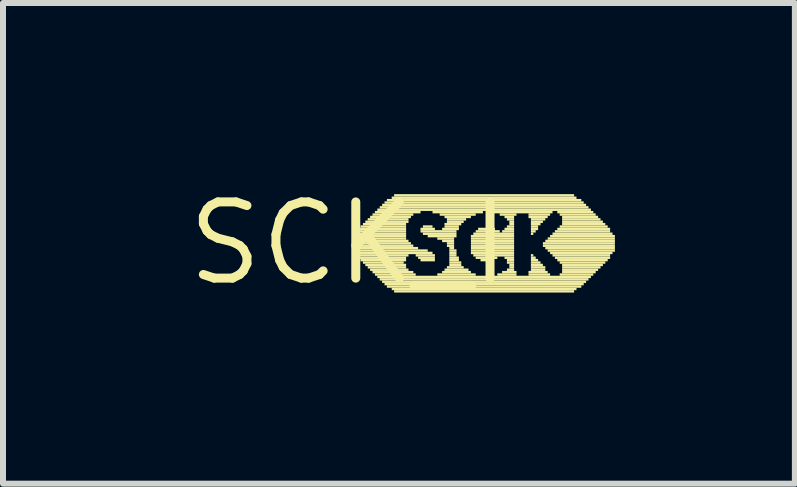
<source format=kicad_pcb>
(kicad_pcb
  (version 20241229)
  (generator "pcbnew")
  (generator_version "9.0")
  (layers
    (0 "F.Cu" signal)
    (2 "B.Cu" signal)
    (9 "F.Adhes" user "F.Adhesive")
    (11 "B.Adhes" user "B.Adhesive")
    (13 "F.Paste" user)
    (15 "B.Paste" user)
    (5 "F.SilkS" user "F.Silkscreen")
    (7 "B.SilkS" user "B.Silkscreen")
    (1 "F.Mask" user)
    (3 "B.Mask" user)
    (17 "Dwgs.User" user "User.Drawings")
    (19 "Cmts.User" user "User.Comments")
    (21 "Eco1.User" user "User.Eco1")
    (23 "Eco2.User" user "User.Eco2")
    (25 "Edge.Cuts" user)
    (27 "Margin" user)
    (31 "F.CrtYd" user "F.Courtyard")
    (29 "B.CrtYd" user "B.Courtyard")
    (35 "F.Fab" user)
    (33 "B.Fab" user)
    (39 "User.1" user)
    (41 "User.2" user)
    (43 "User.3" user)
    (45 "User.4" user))
  (footprint "SCK_I"
    (layer "F.Cu")
    (at 2.759 1.006)
    (property "Reference" "SCK_I" (at 0 0 0) (layer "F.SilkS") (effects (font (size 1.27 1.27) (thickness 0.15))))
    (fp_poly (pts (xy 0.08 -0.1) (xy 0.96 -0.1) (xy 0.96 -0.14) (xy 0.08 -0.14)) (stroke (width 0) (type default)) (fill yes) (layer "F.SilkS"))
    (fp_poly (pts (xy 0.08 -0.06) (xy 0.96 -0.06) (xy 0.96 -0.1) (xy 0.08 -0.1)) (stroke (width 0) (type default)) (fill yes) (layer "F.SilkS"))
    (fp_poly (pts (xy 0.08 -0.02) (xy 1 -0.02) (xy 1 -0.06) (xy 0.08 -0.06)) (stroke (width 0) (type default)) (fill yes) (layer "F.SilkS"))
    (fp_poly (pts (xy 0.08 0.02) (xy 1.04 0.02) (xy 1.04 -0.02) (xy 0.08 -0.02)) (stroke (width 0) (type default)) (fill yes) (layer "F.SilkS"))
    (fp_poly (pts (xy 0.08 0.06) (xy 1.08 0.06) (xy 1.08 0.02) (xy 0.08 0.02)) (stroke (width 0) (type default)) (fill yes) (layer "F.SilkS"))
    (fp_poly (pts (xy 0.08 0.1) (xy 1.16 0.1) (xy 1.16 0.06) (xy 0.08 0.06)) (stroke (width 0) (type default)) (fill yes) (layer "F.SilkS"))
    (fp_poly (pts (xy 0.08 0.14) (xy 1.32 0.14) (xy 1.32 0.1) (xy 0.08 0.1)) (stroke (width 0) (type default)) (fill yes) (layer "F.SilkS"))
    (fp_poly (pts (xy 0.12 -0.14) (xy 0.96 -0.14) (xy 0.96 -0.18) (xy 0.12 -0.18)) (stroke (width 0) (type default)) (fill yes) (layer "F.SilkS"))
    (fp_poly (pts (xy 0.12 0.18) (xy 1.4 0.18) (xy 1.4 0.14) (xy 0.12 0.14)) (stroke (width 0) (type default)) (fill yes) (layer "F.SilkS"))
    (fp_poly (pts (xy 0.16 -0.22) (xy 0.96 -0.22) (xy 0.96 -0.26) (xy 0.16 -0.26)) (stroke (width 0) (type default)) (fill yes) (layer "F.SilkS"))
    (fp_poly (pts (xy 0.16 -0.18) (xy 0.96 -0.18) (xy 0.96 -0.22) (xy 0.16 -0.22)) (stroke (width 0) (type default)) (fill yes) (layer "F.SilkS"))
    (fp_poly (pts (xy 0.16 0.22) (xy 1 0.22) (xy 1 0.18) (xy 0.16 0.18)) (stroke (width 0) (type default)) (fill yes) (layer "F.SilkS"))
    (fp_poly (pts (xy 0.16 0.26) (xy 0.96 0.26) (xy 0.96 0.22) (xy 0.16 0.22)) (stroke (width 0) (type default)) (fill yes) (layer "F.SilkS"))
    (fp_poly (pts (xy 0.2 -0.26) (xy 0.96 -0.26) (xy 0.96 -0.3) (xy 0.2 -0.3)) (stroke (width 0) (type default)) (fill yes) (layer "F.SilkS"))
    (fp_poly (pts (xy 0.2 0.3) (xy 0.96 0.3) (xy 0.96 0.26) (xy 0.2 0.26)) (stroke (width 0) (type default)) (fill yes) (layer "F.SilkS"))
    (fp_poly (pts (xy 0.24 -0.3) (xy 0.96 -0.3) (xy 0.96 -0.34) (xy 0.24 -0.34)) (stroke (width 0) (type default)) (fill yes) (layer "F.SilkS"))
    (fp_poly (pts (xy 0.24 0.34) (xy 0.92 0.34) (xy 0.92 0.3) (xy 0.24 0.3)) (stroke (width 0) (type default)) (fill yes) (layer "F.SilkS"))
    (fp_poly (pts (xy 0.28 -0.34) (xy 1 -0.34) (xy 1 -0.38) (xy 0.28 -0.38)) (stroke (width 0) (type default)) (fill yes) (layer "F.SilkS"))
    (fp_poly (pts (xy 0.28 0.38) (xy 0.96 0.38) (xy 0.96 0.34) (xy 0.28 0.34)) (stroke (width 0) (type default)) (fill yes) (layer "F.SilkS"))
    (fp_poly (pts (xy 0.32 -0.38) (xy 1 -0.38) (xy 1 -0.42) (xy 0.32 -0.42)) (stroke (width 0) (type default)) (fill yes) (layer "F.SilkS"))
    (fp_poly (pts (xy 0.32 0.42) (xy 0.96 0.42) (xy 0.96 0.38) (xy 0.32 0.38)) (stroke (width 0) (type default)) (fill yes) (layer "F.SilkS"))
    (fp_poly (pts (xy 0.36 -0.42) (xy 1.04 -0.42) (xy 1.04 -0.46) (xy 0.36 -0.46)) (stroke (width 0) (type default)) (fill yes) (layer "F.SilkS"))
    (fp_poly (pts (xy 0.36 0.46) (xy 1 0.46) (xy 1 0.42) (xy 0.36 0.42)) (stroke (width 0) (type default)) (fill yes) (layer "F.SilkS"))
    (fp_poly (pts (xy 0.4 -0.46) (xy 1.08 -0.46) (xy 1.08 -0.5) (xy 0.4 -0.5)) (stroke (width 0) (type default)) (fill yes) (layer "F.SilkS"))
    (fp_poly (pts (xy 0.4 0.5) (xy 1.08 0.5) (xy 1.08 0.46) (xy 0.4 0.46)) (stroke (width 0) (type default)) (fill yes) (layer "F.SilkS"))
    (fp_poly (pts (xy 0.44 -0.5) (xy 1.2 -0.5) (xy 1.2 -0.54) (xy 0.44 -0.54)) (stroke (width 0) (type default)) (fill yes) (layer "F.SilkS"))
    (fp_poly (pts (xy 0.44 0.54) (xy 1.12 0.54) (xy 1.12 0.5) (xy 0.44 0.5)) (stroke (width 0) (type default)) (fill yes) (layer "F.SilkS"))
    (fp_poly (pts (xy 0.48 -0.54) (xy 4.04 -0.54) (xy 4.04 -0.58) (xy 0.48 -0.58)) (stroke (width 0) (type default)) (fill yes) (layer "F.SilkS"))
    (fp_poly (pts (xy 0.48 0.58) (xy 4.04 0.58) (xy 4.04 0.54) (xy 0.48 0.54)) (stroke (width 0) (type default)) (fill yes) (layer "F.SilkS"))
    (fp_poly (pts (xy 0.52 -0.58) (xy 4 -0.58) (xy 4 -0.62) (xy 0.52 -0.62)) (stroke (width 0) (type default)) (fill yes) (layer "F.SilkS"))
    (fp_poly (pts (xy 0.52 0.62) (xy 4 0.62) (xy 4 0.58) (xy 0.52 0.58)) (stroke (width 0) (type default)) (fill yes) (layer "F.SilkS"))
    (fp_poly (pts (xy 0.56 -0.62) (xy 3.96 -0.62) (xy 3.96 -0.66) (xy 0.56 -0.66)) (stroke (width 0) (type default)) (fill yes) (layer "F.SilkS"))
    (fp_poly (pts (xy 0.56 0.66) (xy 3.96 0.66) (xy 3.96 0.62) (xy 0.56 0.62)) (stroke (width 0) (type default)) (fill yes) (layer "F.SilkS"))
    (fp_poly (pts (xy 0.6 -0.66) (xy 3.92 -0.66) (xy 3.92 -0.7) (xy 0.6 -0.7)) (stroke (width 0) (type default)) (fill yes) (layer "F.SilkS"))
    (fp_poly (pts (xy 0.6 0.7) (xy 3.92 0.7) (xy 3.92 0.66) (xy 0.6 0.66)) (stroke (width 0) (type default)) (fill yes) (layer "F.SilkS"))
    (fp_poly (pts (xy 0.64 -0.7) (xy 3.88 -0.7) (xy 3.88 -0.74) (xy 0.64 -0.74)) (stroke (width 0) (type default)) (fill yes) (layer "F.SilkS"))
    (fp_poly (pts (xy 0.64 0.74) (xy 3.88 0.74) (xy 3.88 0.7) (xy 0.64 0.7)) (stroke (width 0) (type default)) (fill yes) (layer "F.SilkS"))
    (fp_poly (pts (xy 0.72 -0.74) (xy 3.8 -0.74) (xy 3.8 -0.78) (xy 0.72 -0.78)) (stroke (width 0) (type default)) (fill yes) (layer "F.SilkS"))
    (fp_poly (pts (xy 0.72 0.78) (xy 3.8 0.78) (xy 3.8 0.74) (xy 0.72 0.74)) (stroke (width 0) (type default)) (fill yes) (layer "F.SilkS"))
    (fp_poly (pts (xy 0.76 -0.78) (xy 3.76 -0.78) (xy 3.76 -0.82) (xy 0.76 -0.82)) (stroke (width 0) (type default)) (fill yes) (layer "F.SilkS"))
    (fp_poly (pts (xy 0.76 0.82) (xy 3.76 0.82) (xy 3.76 0.78) (xy 0.76 0.78)) (stroke (width 0) (type default)) (fill yes) (layer "F.SilkS"))
    (fp_poly (pts (xy 1.12 0.22) (xy 1.44 0.22) (xy 1.44 0.18) (xy 1.12 0.18)) (stroke (width 0) (type default)) (fill yes) (layer "F.SilkS"))
    (fp_poly (pts (xy 1.16 0.26) (xy 1.44 0.26) (xy 1.44 0.22) (xy 1.16 0.22)) (stroke (width 0) (type default)) (fill yes) (layer "F.SilkS"))
    (fp_poly (pts (xy 1.2 -0.22) (xy 1.44 -0.22) (xy 1.44 -0.26) (xy 1.2 -0.26)) (stroke (width 0) (type default)) (fill yes) (layer "F.SilkS"))
    (fp_poly (pts (xy 1.2 -0.18) (xy 1.8 -0.18) (xy 1.8 -0.22) (xy 1.2 -0.22)) (stroke (width 0) (type default)) (fill yes) (layer "F.SilkS"))
    (fp_poly (pts (xy 1.2 0.3) (xy 1.44 0.3) (xy 1.44 0.26) (xy 1.2 0.26)) (stroke (width 0) (type default)) (fill yes) (layer "F.SilkS"))
    (fp_poly (pts (xy 1.24 -0.26) (xy 1.4 -0.26) (xy 1.4 -0.3) (xy 1.24 -0.3)) (stroke (width 0) (type default)) (fill yes) (layer "F.SilkS"))
    (fp_poly (pts (xy 1.24 -0.14) (xy 1.8 -0.14) (xy 1.8 -0.18) (xy 1.24 -0.18)) (stroke (width 0) (type default)) (fill yes) (layer "F.SilkS"))
    (fp_poly (pts (xy 1.32 -0.1) (xy 1.8 -0.1) (xy 1.8 -0.14) (xy 1.32 -0.14)) (stroke (width 0) (type default)) (fill yes) (layer "F.SilkS"))
    (fp_poly (pts (xy 1.4 -0.5) (xy 2.24 -0.5) (xy 2.24 -0.54) (xy 1.4 -0.54)) (stroke (width 0) (type default)) (fill yes) (layer "F.SilkS"))
    (fp_poly (pts (xy 1.48 -0.06) (xy 1.76 -0.06) (xy 1.76 -0.1) (xy 1.48 -0.1)) (stroke (width 0) (type default)) (fill yes) (layer "F.SilkS"))
    (fp_poly (pts (xy 1.48 0.54) (xy 2.12 0.54) (xy 2.12 0.5) (xy 1.48 0.5)) (stroke (width 0) (type default)) (fill yes) (layer "F.SilkS"))
    (fp_poly (pts (xy 1.52 -0.46) (xy 2.12 -0.46) (xy 2.12 -0.5) (xy 1.52 -0.5)) (stroke (width 0) (type default)) (fill yes) (layer "F.SilkS"))
    (fp_poly (pts (xy 1.56 -0.22) (xy 1.84 -0.22) (xy 1.84 -0.26) (xy 1.56 -0.26)) (stroke (width 0) (type default)) (fill yes) (layer "F.SilkS"))
    (fp_poly (pts (xy 1.56 -0.02) (xy 1.76 -0.02) (xy 1.76 -0.06) (xy 1.56 -0.06)) (stroke (width 0) (type default)) (fill yes) (layer "F.SilkS"))
    (fp_poly (pts (xy 1.56 0.5) (xy 2.04 0.5) (xy 2.04 0.46) (xy 1.56 0.46)) (stroke (width 0) (type default)) (fill yes) (layer "F.SilkS"))
    (fp_poly (pts (xy 1.6 -0.42) (xy 2.04 -0.42) (xy 2.04 -0.46) (xy 1.6 -0.46)) (stroke (width 0) (type default)) (fill yes) (layer "F.SilkS"))
    (fp_poly (pts (xy 1.6 -0.3) (xy 1.88 -0.3) (xy 1.88 -0.34) (xy 1.6 -0.34)) (stroke (width 0) (type default)) (fill yes) (layer "F.SilkS"))
    (fp_poly (pts (xy 1.6 -0.26) (xy 1.84 -0.26) (xy 1.84 -0.3) (xy 1.6 -0.3)) (stroke (width 0) (type default)) (fill yes) (layer "F.SilkS"))
    (fp_poly (pts (xy 1.6 0.46) (xy 2 0.46) (xy 2 0.42) (xy 1.6 0.42)) (stroke (width 0) (type default)) (fill yes) (layer "F.SilkS"))
    (fp_poly (pts (xy 1.64 -0.38) (xy 1.96 -0.38) (xy 1.96 -0.42) (xy 1.64 -0.42)) (stroke (width 0) (type default)) (fill yes) (layer "F.SilkS"))
    (fp_poly (pts (xy 1.64 -0.34) (xy 1.92 -0.34) (xy 1.92 -0.38) (xy 1.64 -0.38)) (stroke (width 0) (type default)) (fill yes) (layer "F.SilkS"))
    (fp_poly (pts (xy 1.64 0.02) (xy 1.76 0.02) (xy 1.76 -0.02) (xy 1.64 -0.02)) (stroke (width 0) (type default)) (fill yes) (layer "F.SilkS"))
    (fp_poly (pts (xy 1.64 0.06) (xy 1.76 0.06) (xy 1.76 0.02) (xy 1.64 0.02)) (stroke (width 0) (type default)) (fill yes) (layer "F.SilkS"))
    (fp_poly (pts (xy 1.64 0.42) (xy 1.92 0.42) (xy 1.92 0.38) (xy 1.64 0.38)) (stroke (width 0) (type default)) (fill yes) (layer "F.SilkS"))
    (fp_poly (pts (xy 1.68 0.1) (xy 1.76 0.1) (xy 1.76 0.06) (xy 1.68 0.06)) (stroke (width 0) (type default)) (fill yes) (layer "F.SilkS"))
    (fp_poly (pts (xy 1.68 0.14) (xy 1.8 0.14) (xy 1.8 0.1) (xy 1.68 0.1)) (stroke (width 0) (type default)) (fill yes) (layer "F.SilkS"))
    (fp_poly (pts (xy 1.68 0.18) (xy 1.8 0.18) (xy 1.8 0.14) (xy 1.68 0.14)) (stroke (width 0) (type default)) (fill yes) (layer "F.SilkS"))
    (fp_poly (pts (xy 1.68 0.22) (xy 1.8 0.22) (xy 1.8 0.18) (xy 1.68 0.18)) (stroke (width 0) (type default)) (fill yes) (layer "F.SilkS"))
    (fp_poly (pts (xy 1.68 0.26) (xy 1.84 0.26) (xy 1.84 0.22) (xy 1.68 0.22)) (stroke (width 0) (type default)) (fill yes) (layer "F.SilkS"))
    (fp_poly (pts (xy 1.68 0.3) (xy 1.84 0.3) (xy 1.84 0.26) (xy 1.68 0.26)) (stroke (width 0) (type default)) (fill yes) (layer "F.SilkS"))
    (fp_poly (pts (xy 1.68 0.34) (xy 1.88 0.34) (xy 1.88 0.3) (xy 1.68 0.3)) (stroke (width 0) (type default)) (fill yes) (layer "F.SilkS"))
    (fp_poly (pts (xy 1.68 0.38) (xy 1.88 0.38) (xy 1.88 0.34) (xy 1.68 0.34)) (stroke (width 0) (type default)) (fill yes) (layer "F.SilkS"))
    (fp_poly (pts (xy 2.04 -0.1) (xy 2.76 -0.1) (xy 2.76 -0.14) (xy 2.04 -0.14)) (stroke (width 0) (type default)) (fill yes) (layer "F.SilkS"))
    (fp_poly (pts (xy 2.04 -0.06) (xy 2.76 -0.06) (xy 2.76 -0.1) (xy 2.04 -0.1)) (stroke (width 0) (type default)) (fill yes) (layer "F.SilkS"))
    (fp_poly (pts (xy 2.04 -0.02) (xy 2.76 -0.02) (xy 2.76 -0.06) (xy 2.04 -0.06)) (stroke (width 0) (type default)) (fill yes) (layer "F.SilkS"))
    (fp_poly (pts (xy 2.04 0.02) (xy 2.76 0.02) (xy 2.76 -0.02) (xy 2.04 -0.02)) (stroke (width 0) (type default)) (fill yes) (layer "F.SilkS"))
    (fp_poly (pts (xy 2.04 0.06) (xy 2.76 0.06) (xy 2.76 0.02) (xy 2.04 0.02)) (stroke (width 0) (type default)) (fill yes) (layer "F.SilkS"))
    (fp_poly (pts (xy 2.04 0.1) (xy 2.76 0.1) (xy 2.76 0.06) (xy 2.04 0.06)) (stroke (width 0) (type default)) (fill yes) (layer "F.SilkS"))
    (fp_poly (pts (xy 2.04 0.14) (xy 2.76 0.14) (xy 2.76 0.1) (xy 2.04 0.1)) (stroke (width 0) (type default)) (fill yes) (layer "F.SilkS"))
    (fp_poly (pts (xy 2.04 0.18) (xy 2.76 0.18) (xy 2.76 0.14) (xy 2.04 0.14)) (stroke (width 0) (type default)) (fill yes) (layer "F.SilkS"))
    (fp_poly (pts (xy 2.08 -0.14) (xy 2.76 -0.14) (xy 2.76 -0.18) (xy 2.08 -0.18)) (stroke (width 0) (type default)) (fill yes) (layer "F.SilkS"))
    (fp_poly (pts (xy 2.08 0.22) (xy 2.76 0.22) (xy 2.76 0.18) (xy 2.08 0.18)) (stroke (width 0) (type default)) (fill yes) (layer "F.SilkS"))
    (fp_poly (pts (xy 2.12 -0.18) (xy 2.52 -0.18) (xy 2.52 -0.22) (xy 2.12 -0.22)) (stroke (width 0) (type default)) (fill yes) (layer "F.SilkS"))
    (fp_poly (pts (xy 2.12 0.26) (xy 2.48 0.26) (xy 2.48 0.22) (xy 2.12 0.22)) (stroke (width 0) (type default)) (fill yes) (layer "F.SilkS"))
    (fp_poly (pts (xy 2.16 -0.22) (xy 2.44 -0.22) (xy 2.44 -0.26) (xy 2.16 -0.26)) (stroke (width 0) (type default)) (fill yes) (layer "F.SilkS"))
    (fp_poly (pts (xy 2.2 0.3) (xy 2.4 0.3) (xy 2.4 0.26) (xy 2.2 0.26)) (stroke (width 0) (type default)) (fill yes) (layer "F.SilkS"))
    (fp_poly (pts (xy 2.4 -0.5) (xy 3.4 -0.5) (xy 3.4 -0.54) (xy 2.4 -0.54)) (stroke (width 0) (type default)) (fill yes) (layer "F.SilkS"))
    (fp_poly (pts (xy 2.48 0.54) (xy 2.8 0.54) (xy 2.8 0.5) (xy 2.48 0.5)) (stroke (width 0) (type default)) (fill yes) (layer "F.SilkS"))
    (fp_poly (pts (xy 2.52 -0.46) (xy 2.8 -0.46) (xy 2.8 -0.5) (xy 2.52 -0.5)) (stroke (width 0) (type default)) (fill yes) (layer "F.SilkS"))
    (fp_poly (pts (xy 2.56 -0.18) (xy 2.76 -0.18) (xy 2.76 -0.22) (xy 2.56 -0.22)) (stroke (width 0) (type default)) (fill yes) (layer "F.SilkS"))
    (fp_poly (pts (xy 2.56 0.5) (xy 2.8 0.5) (xy 2.8 0.46) (xy 2.56 0.46)) (stroke (width 0) (type default)) (fill yes) (layer "F.SilkS"))
    (fp_poly (pts (xy 2.6 -0.42) (xy 2.76 -0.42) (xy 2.76 -0.46) (xy 2.6 -0.46)) (stroke (width 0) (type default)) (fill yes) (layer "F.SilkS"))
    (fp_poly (pts (xy 2.6 -0.22) (xy 2.76 -0.22) (xy 2.76 -0.26) (xy 2.6 -0.26)) (stroke (width 0) (type default)) (fill yes) (layer "F.SilkS"))
    (fp_poly (pts (xy 2.6 0.26) (xy 2.76 0.26) (xy 2.76 0.22) (xy 2.6 0.22)) (stroke (width 0) (type default)) (fill yes) (layer "F.SilkS"))
    (fp_poly (pts (xy 2.64 -0.38) (xy 2.76 -0.38) (xy 2.76 -0.42) (xy 2.64 -0.42)) (stroke (width 0) (type default)) (fill yes) (layer "F.SilkS"))
    (fp_poly (pts (xy 2.64 -0.26) (xy 2.76 -0.26) (xy 2.76 -0.3) (xy 2.64 -0.3)) (stroke (width 0) (type default)) (fill yes) (layer "F.SilkS"))
    (fp_poly (pts (xy 2.64 0.3) (xy 2.76 0.3) (xy 2.76 0.26) (xy 2.64 0.26)) (stroke (width 0) (type default)) (fill yes) (layer "F.SilkS"))
    (fp_poly (pts (xy 2.64 0.34) (xy 2.76 0.34) (xy 2.76 0.3) (xy 2.64 0.3)) (stroke (width 0) (type default)) (fill yes) (layer "F.SilkS"))
    (fp_poly (pts (xy 2.64 0.46) (xy 2.76 0.46) (xy 2.76 0.42) (xy 2.64 0.42)) (stroke (width 0) (type default)) (fill yes) (layer "F.SilkS"))
    (fp_poly (pts (xy 2.68 -0.34) (xy 2.76 -0.34) (xy 2.76 -0.38) (xy 2.68 -0.38)) (stroke (width 0) (type default)) (fill yes) (layer "F.SilkS"))
    (fp_poly (pts (xy 2.68 -0.3) (xy 2.76 -0.3) (xy 2.76 -0.34) (xy 2.68 -0.34)) (stroke (width 0) (type default)) (fill yes) (layer "F.SilkS"))
    (fp_poly (pts (xy 2.68 0.38) (xy 2.76 0.38) (xy 2.76 0.34) (xy 2.68 0.34)) (stroke (width 0) (type default)) (fill yes) (layer "F.SilkS"))
    (fp_poly (pts (xy 2.68 0.42) (xy 2.76 0.42) (xy 2.76 0.38) (xy 2.68 0.38)) (stroke (width 0) (type default)) (fill yes) (layer "F.SilkS"))
    (fp_poly (pts (xy 3 -0.46) (xy 3.36 -0.46) (xy 3.36 -0.5) (xy 3 -0.5)) (stroke (width 0) (type default)) (fill yes) (layer "F.SilkS"))
    (fp_poly (pts (xy 3 -0.42) (xy 3.32 -0.42) (xy 3.32 -0.46) (xy 3 -0.46)) (stroke (width 0) (type default)) (fill yes) (layer "F.SilkS"))
    (fp_poly (pts (xy 3 0.5) (xy 3.32 0.5) (xy 3.32 0.46) (xy 3 0.46)) (stroke (width 0) (type default)) (fill yes) (layer "F.SilkS"))
    (fp_poly (pts (xy 3 0.54) (xy 3.36 0.54) (xy 3.36 0.5) (xy 3 0.5)) (stroke (width 0) (type default)) (fill yes) (layer "F.SilkS"))
    (fp_poly (pts (xy 3.04 -0.38) (xy 3.28 -0.38) (xy 3.28 -0.42) (xy 3.04 -0.42)) (stroke (width 0) (type default)) (fill yes) (layer "F.SilkS"))
    (fp_poly (pts (xy 3.04 -0.34) (xy 3.24 -0.34) (xy 3.24 -0.38) (xy 3.04 -0.38)) (stroke (width 0) (type default)) (fill yes) (layer "F.SilkS"))
    (fp_poly (pts (xy 3.04 -0.3) (xy 3.2 -0.3) (xy 3.2 -0.34) (xy 3.04 -0.34)) (stroke (width 0) (type default)) (fill yes) (layer "F.SilkS"))
    (fp_poly (pts (xy 3.04 -0.26) (xy 3.16 -0.26) (xy 3.16 -0.3) (xy 3.04 -0.3)) (stroke (width 0) (type default)) (fill yes) (layer "F.SilkS"))
    (fp_poly (pts (xy 3.04 -0.22) (xy 3.16 -0.22) (xy 3.16 -0.26) (xy 3.04 -0.26)) (stroke (width 0) (type default)) (fill yes) (layer "F.SilkS"))
    (fp_poly (pts (xy 3.04 -0.18) (xy 3.12 -0.18) (xy 3.12 -0.22) (xy 3.04 -0.22)) (stroke (width 0) (type default)) (fill yes) (layer "F.SilkS"))
    (fp_poly (pts (xy 3.04 -0.14) (xy 3.08 -0.14) (xy 3.08 -0.18) (xy 3.04 -0.18)) (stroke (width 0) (type default)) (fill yes) (layer "F.SilkS"))
    (fp_poly (pts (xy 3.04 0.22) (xy 3.08 0.22) (xy 3.08 0.18) (xy 3.04 0.18)) (stroke (width 0) (type default)) (fill yes) (layer "F.SilkS"))
    (fp_poly (pts (xy 3.04 0.26) (xy 3.12 0.26) (xy 3.12 0.22) (xy 3.04 0.22)) (stroke (width 0) (type default)) (fill yes) (layer "F.SilkS"))
    (fp_poly (pts (xy 3.04 0.3) (xy 3.16 0.3) (xy 3.16 0.26) (xy 3.04 0.26)) (stroke (width 0) (type default)) (fill yes) (layer "F.SilkS"))
    (fp_poly (pts (xy 3.04 0.34) (xy 3.2 0.34) (xy 3.2 0.3) (xy 3.04 0.3)) (stroke (width 0) (type default)) (fill yes) (layer "F.SilkS"))
    (fp_poly (pts (xy 3.04 0.38) (xy 3.24 0.38) (xy 3.24 0.34) (xy 3.04 0.34)) (stroke (width 0) (type default)) (fill yes) (layer "F.SilkS"))
    (fp_poly (pts (xy 3.04 0.42) (xy 3.28 0.42) (xy 3.28 0.38) (xy 3.04 0.38)) (stroke (width 0) (type default)) (fill yes) (layer "F.SilkS"))
    (fp_poly (pts (xy 3.04 0.46) (xy 3.28 0.46) (xy 3.28 0.42) (xy 3.04 0.42)) (stroke (width 0) (type default)) (fill yes) (layer "F.SilkS"))
    (fp_poly (pts (xy 3.24 0.02) (xy 4.44 0.02) (xy 4.44 -0.02) (xy 3.24 -0.02)) (stroke (width 0) (type default)) (fill yes) (layer "F.SilkS"))
    (fp_poly (pts (xy 3.24 0.06) (xy 4.44 0.06) (xy 4.44 0.02) (xy 3.24 0.02)) (stroke (width 0) (type default)) (fill yes) (layer "F.SilkS"))
    (fp_poly (pts (xy 3.28 -0.02) (xy 4.44 -0.02) (xy 4.44 -0.06) (xy 3.28 -0.06)) (stroke (width 0) (type default)) (fill yes) (layer "F.SilkS"))
    (fp_poly (pts (xy 3.28 0.1) (xy 4.44 0.1) (xy 4.44 0.06) (xy 3.28 0.06)) (stroke (width 0) (type default)) (fill yes) (layer "F.SilkS"))
    (fp_poly (pts (xy 3.32 -0.06) (xy 4.44 -0.06) (xy 4.44 -0.1) (xy 3.32 -0.1)) (stroke (width 0) (type default)) (fill yes) (layer "F.SilkS"))
    (fp_poly (pts (xy 3.32 0.14) (xy 4.44 0.14) (xy 4.44 0.1) (xy 3.32 0.1)) (stroke (width 0) (type default)) (fill yes) (layer "F.SilkS"))
    (fp_poly (pts (xy 3.36 -0.1) (xy 4.44 -0.1) (xy 4.44 -0.14) (xy 3.36 -0.14)) (stroke (width 0) (type default)) (fill yes) (layer "F.SilkS"))
    (fp_poly (pts (xy 3.36 0.18) (xy 4.4 0.18) (xy 4.4 0.14) (xy 3.36 0.14)) (stroke (width 0) (type default)) (fill yes) (layer "F.SilkS"))
    (fp_poly (pts (xy 3.4 -0.14) (xy 4.4 -0.14) (xy 4.4 -0.18) (xy 3.4 -0.18)) (stroke (width 0) (type default)) (fill yes) (layer "F.SilkS"))
    (fp_poly (pts (xy 3.4 0.22) (xy 4.36 0.22) (xy 4.36 0.18) (xy 3.4 0.18)) (stroke (width 0) (type default)) (fill yes) (layer "F.SilkS"))
    (fp_poly (pts (xy 3.44 -0.18) (xy 4.36 -0.18) (xy 4.36 -0.22) (xy 3.44 -0.22)) (stroke (width 0) (type default)) (fill yes) (layer "F.SilkS"))
    (fp_poly (pts (xy 3.44 0.26) (xy 4.36 0.26) (xy 4.36 0.22) (xy 3.44 0.22)) (stroke (width 0) (type default)) (fill yes) (layer "F.SilkS"))
    (fp_poly (pts (xy 3.48 -0.5) (xy 4.08 -0.5) (xy 4.08 -0.54) (xy 3.48 -0.54)) (stroke (width 0) (type default)) (fill yes) (layer "F.SilkS"))
    (fp_poly (pts (xy 3.48 -0.22) (xy 4.36 -0.22) (xy 4.36 -0.26) (xy 3.48 -0.26)) (stroke (width 0) (type default)) (fill yes) (layer "F.SilkS"))
    (fp_poly (pts (xy 3.48 0.3) (xy 4.32 0.3) (xy 4.32 0.26) (xy 3.48 0.26)) (stroke (width 0) (type default)) (fill yes) (layer "F.SilkS"))
    (fp_poly (pts (xy 3.52 -0.46) (xy 4.12 -0.46) (xy 4.12 -0.5) (xy 3.52 -0.5)) (stroke (width 0) (type default)) (fill yes) (layer "F.SilkS"))
    (fp_poly (pts (xy 3.52 -0.26) (xy 4.32 -0.26) (xy 4.32 -0.3) (xy 3.52 -0.3)) (stroke (width 0) (type default)) (fill yes) (layer "F.SilkS"))
    (fp_poly (pts (xy 3.52 0.34) (xy 4.28 0.34) (xy 4.28 0.3) (xy 3.52 0.3)) (stroke (width 0) (type default)) (fill yes) (layer "F.SilkS"))
    (fp_poly (pts (xy 3.52 0.54) (xy 4.08 0.54) (xy 4.08 0.5) (xy 3.52 0.5)) (stroke (width 0) (type default)) (fill yes) (layer "F.SilkS"))
    (fp_poly (pts (xy 3.56 -0.42) (xy 4.16 -0.42) (xy 4.16 -0.46) (xy 3.56 -0.46)) (stroke (width 0) (type default)) (fill yes) (layer "F.SilkS"))
    (fp_poly (pts (xy 3.56 -0.38) (xy 4.2 -0.38) (xy 4.2 -0.42) (xy 3.56 -0.42)) (stroke (width 0) (type default)) (fill yes) (layer "F.SilkS"))
    (fp_poly (pts (xy 3.56 -0.34) (xy 4.24 -0.34) (xy 4.24 -0.38) (xy 3.56 -0.38)) (stroke (width 0) (type default)) (fill yes) (layer "F.SilkS"))
    (fp_poly (pts (xy 3.56 -0.3) (xy 4.28 -0.3) (xy 4.28 -0.34) (xy 3.56 -0.34)) (stroke (width 0) (type default)) (fill yes) (layer "F.SilkS"))
    (fp_poly (pts (xy 3.56 0.38) (xy 4.24 0.38) (xy 4.24 0.34) (xy 3.56 0.34)) (stroke (width 0) (type default)) (fill yes) (layer "F.SilkS"))
    (fp_poly (pts (xy 3.56 0.42) (xy 4.2 0.42) (xy 4.2 0.38) (xy 3.56 0.38)) (stroke (width 0) (type default)) (fill yes) (layer "F.SilkS"))
    (fp_poly (pts (xy 3.56 0.46) (xy 4.16 0.46) (xy 4.16 0.42) (xy 3.56 0.42)) (stroke (width 0) (type default)) (fill yes) (layer "F.SilkS"))
    (fp_poly (pts (xy 3.56 0.5) (xy 4.12 0.5) (xy 4.12 0.46) (xy 3.56 0.46)) (stroke (width 0) (type default)) (fill yes) (layer "F.SilkS")))
  (gr_rect
    (start -3 -3)
    (end 10.199 5.012)
    (stroke (width 0.1) (type default))
    (fill no)
    (layer "Edge.Cuts")))
</source>
